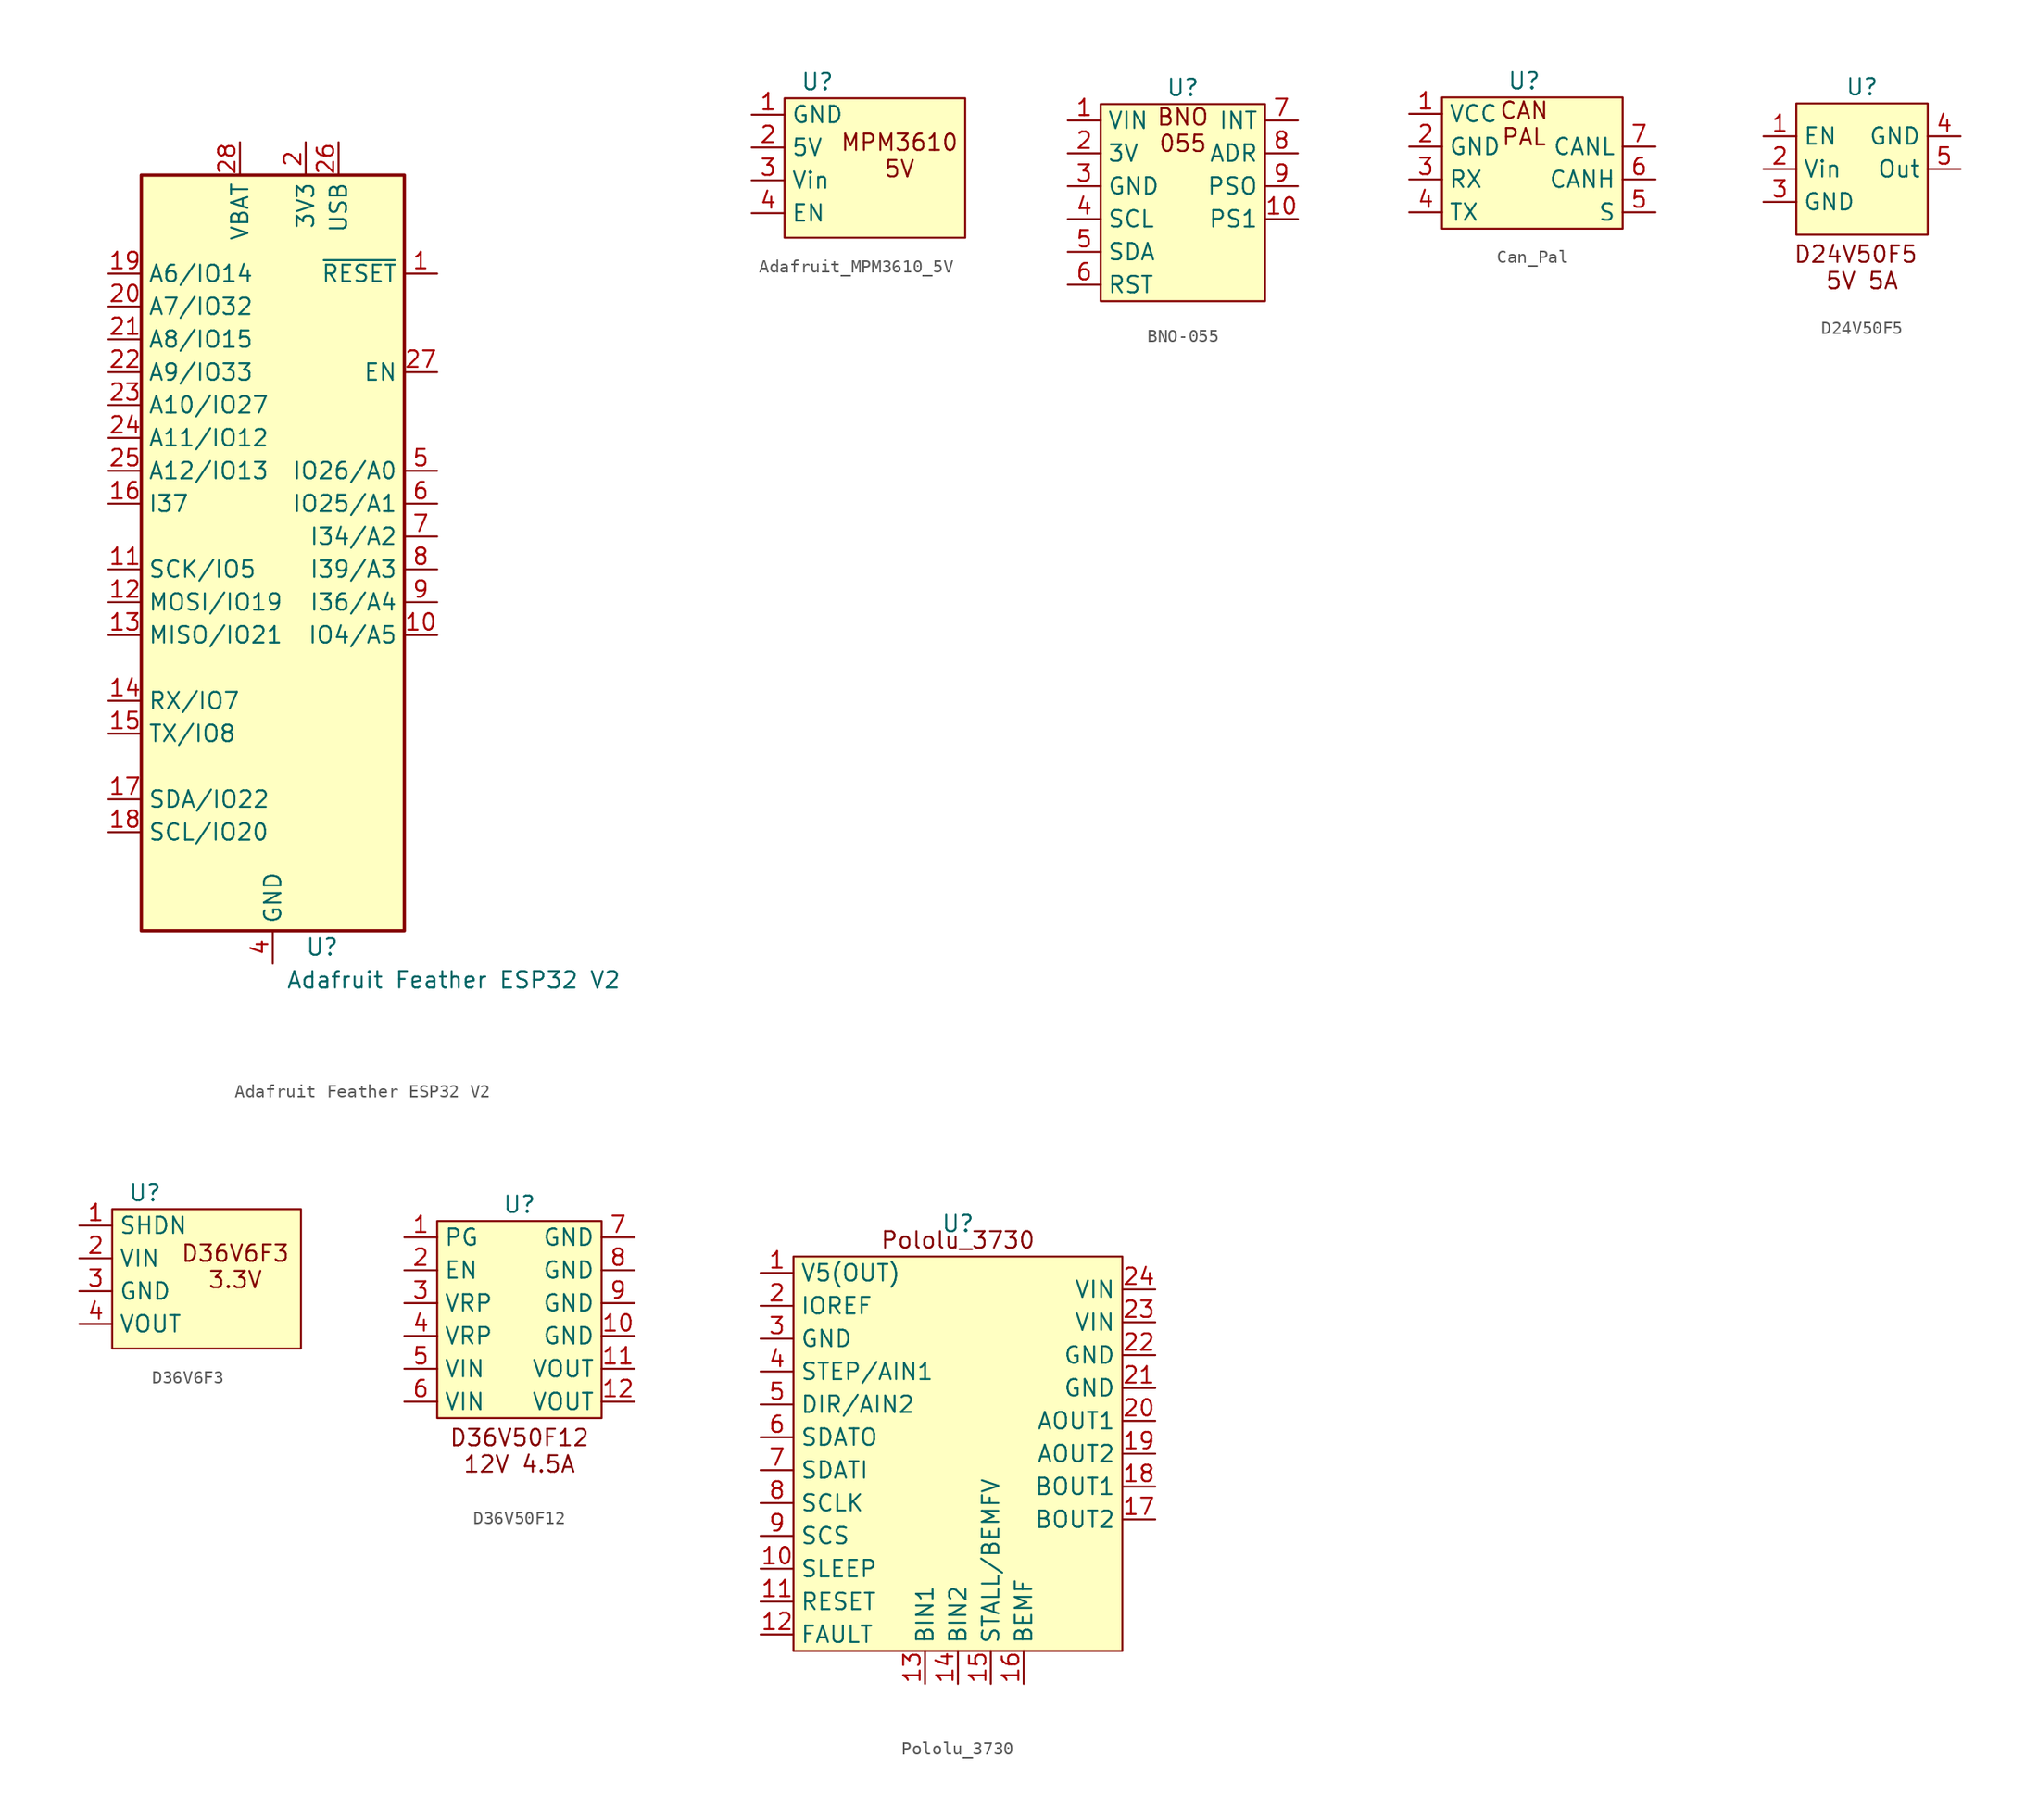
<source format=kicad_sym>
(kicad_symbol_lib
  (version 20231120)
  (generator "kicad_symbol_editor")
  (generator_version "8.0")
  (symbol "Adafruit Feather ESP32 V2"
    (property "Reference" "U"
      (at 3.81 -60.96 0)
      (effects (font (size 1.27 1.27))))
    (property "Value" "Adafruit Feather ESP32 V2"
      (at 13.97 -63.5 0)
      (effects (font (size 1.27 1.27))))
    (symbol "Adafruit Feather ESP32 V2_0_1"
      (rectangle (start -10.16 -1.27) (end 10.16 -59.69) (stroke (width 0.254) (type default)) (fill (type background))))
    (symbol "Adafruit Feather ESP32 V2_1_1"
      (pin input line (at 12.7 -8.89 180) (length 2.54) (name "~{RESET}" (effects (font (size 1.27 1.27)))) (number "1" (effects (font (size 1.27 1.27)))))
      (pin bidirectional line (at 12.7 -36.83 180) (length 2.54) (name "IO4/A5" (effects (font (size 1.27 1.27)))) (number "10" (effects (font (size 1.27 1.27)))))
      (pin bidirectional line (at -12.7 -31.75 0) (length 2.54) (name "SCK/IO5" (effects (font (size 1.27 1.27)))) (number "11" (effects (font (size 1.27 1.27)))))
      (pin bidirectional line (at -12.7 -34.29 0) (length 2.54) (name "MOSI/IO19" (effects (font (size 1.27 1.27)))) (number "12" (effects (font (size 1.27 1.27)))))
      (pin bidirectional line (at -12.7 -36.83 0) (length 2.54) (name "MISO/IO21" (effects (font (size 1.27 1.27)))) (number "13" (effects (font (size 1.27 1.27)))))
      (pin bidirectional line (at -12.7 -41.91 0) (length 2.54) (name "RX/IO7" (effects (font (size 1.27 1.27)))) (number "14" (effects (font (size 1.27 1.27)))))
      (pin bidirectional line (at -12.7 -44.45 0) (length 2.54) (name "TX/IO8" (effects (font (size 1.27 1.27)))) (number "15" (effects (font (size 1.27 1.27)))))
      (pin input line (at -12.7 -26.67 0) (length 2.54) (name "I37" (effects (font (size 1.27 1.27)))) (number "16" (effects (font (size 1.27 1.27)))))
      (pin bidirectional line (at -12.7 -49.53 0) (length 2.54) (name "SDA/IO22" (effects (font (size 1.27 1.27)))) (number "17" (effects (font (size 1.27 1.27)))))
      (pin bidirectional line (at -12.7 -52.07 0) (length 2.54) (name "SCL/IO20" (effects (font (size 1.27 1.27)))) (number "18" (effects (font (size 1.27 1.27)))))
      (pin bidirectional line (at -12.7 -8.89 0) (length 2.54) (name "A6/IO14" (effects (font (size 1.27 1.27)))) (number "19" (effects (font (size 1.27 1.27)))))
      (pin power_out line (at 2.54 1.27 270) (length 2.54) (name "3V3" (effects (font (size 1.27 1.27)))) (number "2" (effects (font (size 1.27 1.27)))))
      (pin bidirectional line (at -12.7 -11.43 0) (length 2.54) (name "A7/IO32" (effects (font (size 1.27 1.27)))) (number "20" (effects (font (size 1.27 1.27)))))
      (pin bidirectional line (at -12.7 -13.97 0) (length 2.54) (name "A8/IO15" (effects (font (size 1.27 1.27)))) (number "21" (effects (font (size 1.27 1.27)))))
      (pin bidirectional line (at -12.7 -16.51 0) (length 2.54) (name "A9/IO33" (effects (font (size 1.27 1.27)))) (number "22" (effects (font (size 1.27 1.27)))))
      (pin bidirectional line (at -12.7 -19.05 0) (length 2.54) (name "A10/IO27" (effects (font (size 1.27 1.27)))) (number "23" (effects (font (size 1.27 1.27)))))
      (pin bidirectional line (at -12.7 -21.59 0) (length 2.54) (name "A11/IO12" (effects (font (size 1.27 1.27)))) (number "24" (effects (font (size 1.27 1.27)))))
      (pin bidirectional line (at -12.7 -24.13 0) (length 2.54) (name "A12/IO13" (effects (font (size 1.27 1.27)))) (number "25" (effects (font (size 1.27 1.27)))))
      (pin power_in line (at 5.08 1.27 270) (length 2.54) (name "USB" (effects (font (size 1.27 1.27)))) (number "26" (effects (font (size 1.27 1.27)))))
      (pin input line (at 12.7 -16.51 180) (length 2.54) (name "EN" (effects (font (size 1.27 1.27)))) (number "27" (effects (font (size 1.27 1.27)))))
      (pin power_in line (at -2.54 1.27 270) (length 2.54) (name "VBAT" (effects (font (size 1.27 1.27)))) (number "28" (effects (font (size 1.27 1.27)))))
      (pin no_connect line (at 12.7 -19.05 180) (length 2.54) hide (name "NC" (effects (font (size 1.27 1.27)))) (number "3" (effects (font (size 1.27 1.27)))))
      (pin passive line (at 0 -62.23 90) (length 2.54) (name "GND" (effects (font (size 1.27 1.27)))) (number "4" (effects (font (size 1.27 1.27)))))
      (pin bidirectional line (at 12.7 -24.13 180) (length 2.54) (name "IO26/A0" (effects (font (size 1.27 1.27)))) (number "5" (effects (font (size 1.27 1.27)))))
      (pin bidirectional line (at 12.7 -26.67 180) (length 2.54) (name "IO25/A1" (effects (font (size 1.27 1.27)))) (number "6" (effects (font (size 1.27 1.27)))))
      (pin input line (at 12.7 -29.21 180) (length 2.54) (name "I34/A2" (effects (font (size 1.27 1.27)))) (number "7" (effects (font (size 1.27 1.27)))))
      (pin input line (at 12.7 -31.75 180) (length 2.54) (name "I39/A3" (effects (font (size 1.27 1.27)))) (number "8" (effects (font (size 1.27 1.27)))))
      (pin input line (at 12.7 -34.29 180) (length 2.54) (name "I36/A4" (effects (font (size 1.27 1.27)))) (number "9" (effects (font (size 1.27 1.27)))))))
  (symbol "Adafruit_MPM3610_5V"
    (property "Reference" "U"
      (at 0 0 0)
      (effects (font (size 1.27 1.27))))
    (property "Value" ""
      (at 0 0 0)
      (effects (font (size 1.27 1.27))))
    (symbol "Adafruit_MPM3610_5V_1_1"
      (rectangle (start -2.54 -1.27) (end 11.43 -12.065) (stroke (width 0) (type default)) (fill (type background)))
      (text "MPM3610\n5V" (at 6.35 -5.715 0) (effects (font (size 1.27 1.27))))
      (pin input line (at -5.08 -2.54 0) (length 2.54) (name "GND" (effects (font (size 1.27 1.27)))) (number "1" (effects (font (size 1.27 1.27)))))
      (pin input line (at -5.08 -5.08 0) (length 2.54) (name "5V" (effects (font (size 1.27 1.27)))) (number "2" (effects (font (size 1.27 1.27)))))
      (pin input line (at -5.08 -7.62 0) (length 2.54) (name "Vin" (effects (font (size 1.27 1.27)))) (number "3" (effects (font (size 1.27 1.27)))))
      (pin input line (at -5.08 -10.16 0) (length 2.54) (name "EN" (effects (font (size 1.27 1.27)))) (number "4" (effects (font (size 1.27 1.27)))))))
  (symbol "BNO-055"
    (property "Reference" "U"
      (at 0 0 0)
      (effects (font (size 1.27 1.27))))
    (property "Value" ""
      (at -3.81 0 0)
      (effects (font (size 1.27 1.27))))
    (symbol "BNO-055_1_1"
      (rectangle (start -6.35 -1.27) (end 6.35 -16.51) (stroke (width 0) (type default)) (fill (type background)))
      (text "BNO\n055" (at 0 -3.302 0) (effects (font (size 1.27 1.27))))
      (pin input line (at -8.89 -2.54 0) (length 2.54) (name "VIN" (effects (font (size 1.27 1.27)))) (number "1" (effects (font (size 1.27 1.27)))))
      (pin output line (at 8.89 -10.16 180) (length 2.54) (name "PS1" (effects (font (size 1.27 1.27)))) (number "10" (effects (font (size 1.27 1.27)))))
      (pin output line (at -8.89 -5.08 0) (length 2.54) (name "3V" (effects (font (size 1.27 1.27)))) (number "2" (effects (font (size 1.27 1.27)))))
      (pin output line (at -8.89 -7.62 0) (length 2.54) (name "GND" (effects (font (size 1.27 1.27)))) (number "3" (effects (font (size 1.27 1.27)))))
      (pin output line (at -8.89 -10.16 0) (length 2.54) (name "SCL" (effects (font (size 1.27 1.27)))) (number "4" (effects (font (size 1.27 1.27)))))
      (pin output line (at -8.89 -12.7 0) (length 2.54) (name "SDA" (effects (font (size 1.27 1.27)))) (number "5" (effects (font (size 1.27 1.27)))))
      (pin output line (at -8.89 -15.24 0) (length 2.54) (name "RST" (effects (font (size 1.27 1.27)))) (number "6" (effects (font (size 1.27 1.27)))))
      (pin output line (at 8.89 -2.54 180) (length 2.54) (name "INT" (effects (font (size 1.27 1.27)))) (number "7" (effects (font (size 1.27 1.27)))))
      (pin output line (at 8.89 -5.08 180) (length 2.54) (name "ADR" (effects (font (size 1.27 1.27)))) (number "8" (effects (font (size 1.27 1.27)))))
      (pin output line (at 8.89 -7.62 180) (length 2.54) (name "PSO" (effects (font (size 1.27 1.27)))) (number "9" (effects (font (size 1.27 1.27)))))))
  (symbol "Can_Pal"
    (property "Reference" "U"
      (at 0 0 0)
      (effects (font (size 1.27 1.27))))
    (property "Value" ""
      (at 0 0 0)
      (effects (font (size 1.27 1.27))))
    (symbol "Can_Pal_1_1"
      (rectangle (start -6.35 -1.27) (end 7.62 -11.43) (stroke (width 0) (type default)) (fill (type background)))
      (text "CAN\nPAL" (at 0 -3.302 0) (effects (font (size 1.27 1.27))))
      (pin power_in line (at -8.89 -2.54 0) (length 2.54) (name "VCC" (effects (font (size 1.27 1.27)))) (number "1" (effects (font (size 1.27 1.27)))))
      (pin input line (at -8.89 -5.08 0) (length 2.54) (name "GND" (effects (font (size 1.27 1.27)))) (number "2" (effects (font (size 1.27 1.27)))))
      (pin input line (at -8.89 -7.62 0) (length 2.54) (name "RX" (effects (font (size 1.27 1.27)))) (number "3" (effects (font (size 1.27 1.27)))))
      (pin output line (at -8.89 -10.16 0) (length 2.54) (name "TX" (effects (font (size 1.27 1.27)))) (number "4" (effects (font (size 1.27 1.27)))))
      (pin input line (at 10.16 -10.16 180) (length 2.54) (name "S" (effects (font (size 1.27 1.27)))) (number "5" (effects (font (size 1.27 1.27)))))
      (pin bidirectional line (at 10.16 -7.62 180) (length 2.54) (name "CANH" (effects (font (size 1.27 1.27)))) (number "6" (effects (font (size 1.27 1.27)))))
      (pin bidirectional line (at 10.16 -5.08 180) (length 2.54) (name "CANL" (effects (font (size 1.27 1.27)))) (number "7" (effects (font (size 1.27 1.27)))))))
  (symbol "D24V50F5"
    (property "Reference" "U"
      (at 0 0 0)
      (effects (font (size 1.27 1.27))))
    (property "Value" ""
      (at 0 -1.27 0)
      (effects (font (size 1.27 1.27))))
    (symbol "D24V50F5_1_1"
      (rectangle (start -5.08 -1.27) (end 5.08 -11.43) (stroke (width 0) (type solid)) (fill (type background)))
      (text "D24V50F5 \n5V 5A" (at 0 -13.97 0) (effects (font (size 1.27 1.27))))
      (pin input line (at -7.62 -3.81 0) (length 2.54) (name "EN" (effects (font (size 1.27 1.27)))) (number "1" (effects (font (size 1.27 1.27)))))
      (pin input line (at -7.62 -6.35 0) (length 2.54) (name "Vin" (effects (font (size 1.27 1.27)))) (number "2" (effects (font (size 1.27 1.27)))))
      (pin input line (at -7.62 -8.89 0) (length 2.54) (name "GND" (effects (font (size 1.27 1.27)))) (number "3" (effects (font (size 1.27 1.27)))))
      (pin input line (at 7.62 -3.81 180) (length 2.54) (name "GND" (effects (font (size 1.27 1.27)))) (number "4" (effects (font (size 1.27 1.27)))))
      (pin input line (at 7.62 -6.35 180) (length 2.54) (name "Out" (effects (font (size 1.27 1.27)))) (number "5" (effects (font (size 1.27 1.27)))))))
  (symbol "D36V6F3"
    (property "Reference" "U"
      (at 0 0 0)
      (effects (font (size 1.27 1.27))))
    (property "Value" ""
      (at 0 0 0)
      (effects (font (size 1.27 1.27))))
    (symbol "D36V6F3_1_1"
      (rectangle (start -2.54 -1.27) (end 12.065 -12.065) (stroke (width 0) (type default)) (fill (type background)))
      (text "D36V6F3\n3.3V" (at 6.985 -5.715 0) (effects (font (size 1.27 1.27))))
      (pin input line (at -5.08 -2.54 0) (length 2.54) (name "SHDN" (effects (font (size 1.27 1.27)))) (number "1" (effects (font (size 1.27 1.27)))))
      (pin input line (at -5.08 -5.08 0) (length 2.54) (name "VIN" (effects (font (size 1.27 1.27)))) (number "2" (effects (font (size 1.27 1.27)))))
      (pin input line (at -5.08 -7.62 0) (length 2.54) (name "GND" (effects (font (size 1.27 1.27)))) (number "3" (effects (font (size 1.27 1.27)))))
      (pin input line (at -5.08 -10.16 0) (length 2.54) (name "VOUT" (effects (font (size 1.27 1.27)))) (number "4" (effects (font (size 1.27 1.27)))))))
  (symbol "D36V50F12"
    (property "Reference" "U"
      (at 0 0 0)
      (effects (font (size 1.27 1.27))))
    (property "Value" ""
      (at 0 0 0)
      (effects (font (size 1.27 1.27))))
    (symbol "D36V50F12_1_1"
      (rectangle (start -6.35 -1.27) (end 6.35 -16.51) (stroke (width 0) (type default)) (fill (type background)))
      (text "D36V50F12\n12V 4.5A" (at 0 -19.05 0) (effects (font (size 1.27 1.27))))
      (pin input line (at -8.89 -2.54 0) (length 2.54) (name "PG" (effects (font (size 1.27 1.27)))) (number "1" (effects (font (size 1.27 1.27)))))
      (pin input line (at 8.89 -10.16 180) (length 2.54) (name "GND" (effects (font (size 1.27 1.27)))) (number "10" (effects (font (size 1.27 1.27)))))
      (pin input line (at 8.89 -12.7 180) (length 2.54) (name "VOUT" (effects (font (size 1.27 1.27)))) (number "11" (effects (font (size 1.27 1.27)))))
      (pin input line (at 8.89 -15.24 180) (length 2.54) (name "VOUT" (effects (font (size 1.27 1.27)))) (number "12" (effects (font (size 1.27 1.27)))))
      (pin input line (at -8.89 -5.08 0) (length 2.54) (name "EN" (effects (font (size 1.27 1.27)))) (number "2" (effects (font (size 1.27 1.27)))))
      (pin input line (at -8.89 -7.62 0) (length 2.54) (name "VRP" (effects (font (size 1.27 1.27)))) (number "3" (effects (font (size 1.27 1.27)))))
      (pin input line (at -8.89 -10.16 0) (length 2.54) (name "VRP" (effects (font (size 1.27 1.27)))) (number "4" (effects (font (size 1.27 1.27)))))
      (pin input line (at -8.89 -12.7 0) (length 2.54) (name "VIN" (effects (font (size 1.27 1.27)))) (number "5" (effects (font (size 1.27 1.27)))))
      (pin input line (at -8.89 -15.24 0) (length 2.54) (name "VIN" (effects (font (size 1.27 1.27)))) (number "6" (effects (font (size 1.27 1.27)))))
      (pin input line (at 8.89 -2.54 180) (length 2.54) (name "GND" (effects (font (size 1.27 1.27)))) (number "7" (effects (font (size 1.27 1.27)))))
      (pin input line (at 8.89 -5.08 180) (length 2.54) (name "GND" (effects (font (size 1.27 1.27)))) (number "8" (effects (font (size 1.27 1.27)))))
      (pin input line (at 8.89 -7.62 180) (length 2.54) (name "GND" (effects (font (size 1.27 1.27)))) (number "9" (effects (font (size 1.27 1.27)))))))
  (symbol "Pololu_3730"
    (property "Reference" "U"
      (at 0 0 0)
      (effects (font (size 1.27 1.27))))
    (property "Value" ""
      (at 0 0 0)
      (effects (font (size 1.27 1.27))))
    (symbol "Pololu_3730_0_1"
      (rectangle (start -12.7 -2.54) (end 12.7 -33.02) (stroke (width 0) (type default)) (fill (type background))))
    (symbol "Pololu_3730_1_1"
      (text "Pololu_3730" (at 0 -1.27 0) (effects (font (size 1.27 1.27))))
      (pin input line (at -15.24 -3.81 0) (length 2.54) (name "V5(OUT)" (effects (font (size 1.27 1.27)))) (number "1" (effects (font (size 1.27 1.27)))))
      (pin input line (at -15.24 -26.67 0) (length 2.54) (name "SLEEP" (effects (font (size 1.27 1.27)))) (number "10" (effects (font (size 1.27 1.27)))))
      (pin input line (at -15.24 -29.21 0) (length 2.54) (name "RESET" (effects (font (size 1.27 1.27)))) (number "11" (effects (font (size 1.27 1.27)))))
      (pin input line (at -15.24 -31.75 0) (length 2.54) (name "FAULT" (effects (font (size 1.27 1.27)))) (number "12" (effects (font (size 1.27 1.27)))))
      (pin input line (at -2.54 -35.56 90) (length 2.54) (name "BIN1" (effects (font (size 1.27 1.27)))) (number "13" (effects (font (size 1.27 1.27)))))
      (pin input line (at 0 -35.56 90) (length 2.54) (name "BIN2" (effects (font (size 1.27 1.27)))) (number "14" (effects (font (size 1.27 1.27)))))
      (pin input line (at 2.54 -35.56 90) (length 2.54) (name "STALL/BEMFV" (effects (font (size 1.27 1.27)))) (number "15" (effects (font (size 1.27 1.27)))))
      (pin input line (at 5.08 -35.56 90) (length 2.54) (name "BEMF" (effects (font (size 1.27 1.27)))) (number "16" (effects (font (size 1.27 1.27)))))
      (pin input line (at 15.24 -22.86 180) (length 2.54) (name "BOUT2" (effects (font (size 1.27 1.27)))) (number "17" (effects (font (size 1.27 1.27)))))
      (pin input line (at 15.24 -20.32 180) (length 2.54) (name "BOUT1" (effects (font (size 1.27 1.27)))) (number "18" (effects (font (size 1.27 1.27)))))
      (pin input line (at 15.24 -17.78 180) (length 2.54) (name "AOUT2" (effects (font (size 1.27 1.27)))) (number "19" (effects (font (size 1.27 1.27)))))
      (pin input line (at -15.24 -6.35 0) (length 2.54) (name "IOREF" (effects (font (size 1.27 1.27)))) (number "2" (effects (font (size 1.27 1.27)))))
      (pin input line (at 15.24 -15.24 180) (length 2.54) (name "AOUT1" (effects (font (size 1.27 1.27)))) (number "20" (effects (font (size 1.27 1.27)))))
      (pin input line (at 15.24 -12.7 180) (length 2.54) (name "GND" (effects (font (size 1.27 1.27)))) (number "21" (effects (font (size 1.27 1.27)))))
      (pin input line (at 15.24 -10.16 180) (length 2.54) (name "GND" (effects (font (size 1.27 1.27)))) (number "22" (effects (font (size 1.27 1.27)))))
      (pin input line (at 15.24 -7.62 180) (length 2.54) (name "VIN" (effects (font (size 1.27 1.27)))) (number "23" (effects (font (size 1.27 1.27)))))
      (pin input line (at 15.24 -5.08 180) (length 2.54) (name "VIN" (effects (font (size 1.27 1.27)))) (number "24" (effects (font (size 1.27 1.27)))))
      (pin input line (at -15.24 -8.89 0) (length 2.54) (name "GND" (effects (font (size 1.27 1.27)))) (number "3" (effects (font (size 1.27 1.27)))))
      (pin input line (at -15.24 -11.43 0) (length 2.54) (name "STEP/AIN1" (effects (font (size 1.27 1.27)))) (number "4" (effects (font (size 1.27 1.27)))))
      (pin input line (at -15.24 -13.97 0) (length 2.54) (name "DIR/AIN2" (effects (font (size 1.27 1.27)))) (number "5" (effects (font (size 1.27 1.27)))))
      (pin input line (at -15.24 -16.51 0) (length 2.54) (name "SDATO" (effects (font (size 1.27 1.27)))) (number "6" (effects (font (size 1.27 1.27)))))
      (pin input line (at -15.24 -19.05 0) (length 2.54) (name "SDATI" (effects (font (size 1.27 1.27)))) (number "7" (effects (font (size 1.27 1.27)))))
      (pin input line (at -15.24 -21.59 0) (length 2.54) (name "SCLK" (effects (font (size 1.27 1.27)))) (number "8" (effects (font (size 1.27 1.27)))))
      (pin input line (at -15.24 -24.13 0) (length 2.54) (name "SCS" (effects (font (size 1.27 1.27)))) (number "9" (effects (font (size 1.27 1.27))))))))
</source>
